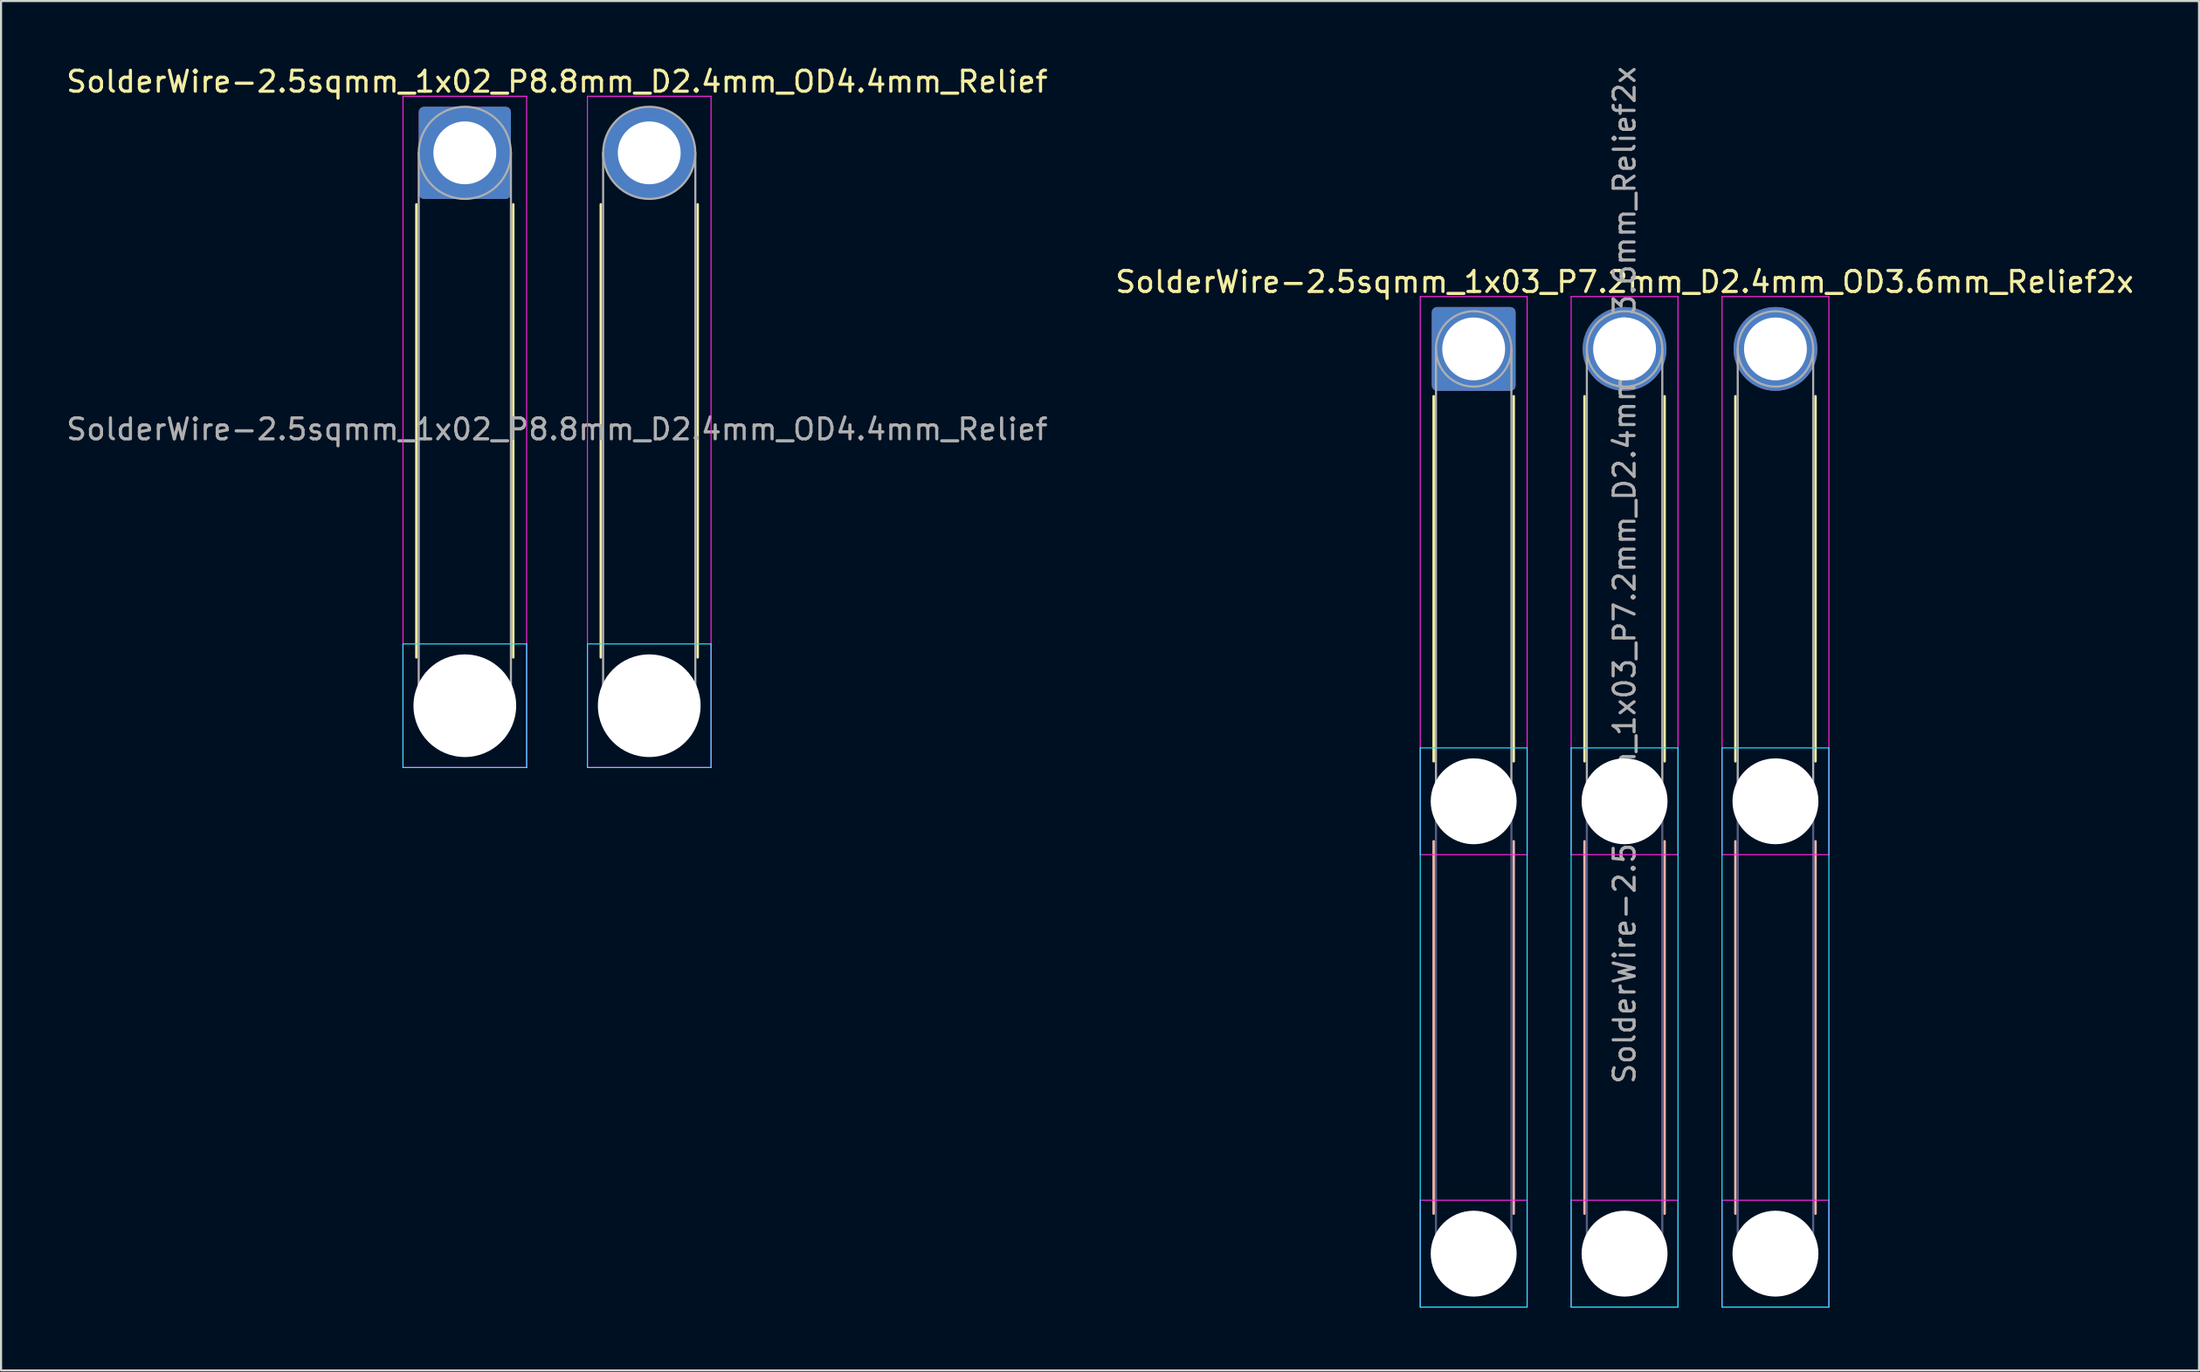
<source format=kicad_pcb>
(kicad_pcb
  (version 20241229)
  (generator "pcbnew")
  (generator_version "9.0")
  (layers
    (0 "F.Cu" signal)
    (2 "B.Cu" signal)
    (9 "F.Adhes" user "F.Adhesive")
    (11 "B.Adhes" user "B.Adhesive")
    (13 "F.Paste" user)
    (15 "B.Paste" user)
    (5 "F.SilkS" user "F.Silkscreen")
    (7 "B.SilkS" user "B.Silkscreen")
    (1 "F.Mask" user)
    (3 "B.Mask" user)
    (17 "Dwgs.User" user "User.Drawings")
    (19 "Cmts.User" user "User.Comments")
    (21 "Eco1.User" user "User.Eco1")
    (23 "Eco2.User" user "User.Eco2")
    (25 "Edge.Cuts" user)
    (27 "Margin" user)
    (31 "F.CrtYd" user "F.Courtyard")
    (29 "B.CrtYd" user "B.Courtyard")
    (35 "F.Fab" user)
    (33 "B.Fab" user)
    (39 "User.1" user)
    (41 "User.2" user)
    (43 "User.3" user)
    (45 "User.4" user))
  (footprint "SolderWire-2.5sqmm_1x02_P8.8mm_D2.4mm_OD4.4mm_Relief"
    (layer "F.Cu")
    (at 19.13 4.248)
    (property "Reference" "SolderWire-2.5sqmm_1x02_P8.8mm_D2.4mm_OD4.4mm_Relief" (at 4.4 -3.4 0) (layer "F.SilkS") (effects (font (size 1 1) (thickness 0.15))))
    (attr exclude_from_pos_files exclude_from_bom)
    (fp_line (start -2.31 2.46) (end -2.31 24.09) (stroke (width 0.12) (type solid)) (layer "F.SilkS"))
    (fp_line (start 2.31 2.46) (end 2.31 24.09) (stroke (width 0.12) (type solid)) (layer "F.SilkS"))
    (fp_line (start 6.49 2.46) (end 6.49 24.09) (stroke (width 0.12) (type solid)) (layer "F.SilkS"))
    (fp_line (start 11.11 2.46) (end 11.11 24.09) (stroke (width 0.12) (type solid)) (layer "F.SilkS"))
    (fp_line (start -2.95 23.45) (end -2.95 29.35) (stroke (width 0.05) (type solid)) (layer "B.CrtYd"))
    (fp_line (start -2.95 29.35) (end 2.95 29.35) (stroke (width 0.05) (type solid)) (layer "B.CrtYd"))
    (fp_line (start 2.95 23.45) (end -2.95 23.45) (stroke (width 0.05) (type solid)) (layer "B.CrtYd"))
    (fp_line (start 2.95 29.35) (end 2.95 23.45) (stroke (width 0.05) (type solid)) (layer "B.CrtYd"))
    (fp_line (start 5.85 23.45) (end 5.85 29.35) (stroke (width 0.05) (type solid)) (layer "B.CrtYd"))
    (fp_line (start 5.85 29.35) (end 11.75 29.35) (stroke (width 0.05) (type solid)) (layer "B.CrtYd"))
    (fp_line (start 11.75 23.45) (end 5.85 23.45) (stroke (width 0.05) (type solid)) (layer "B.CrtYd"))
    (fp_line (start 11.75 29.35) (end 11.75 23.45) (stroke (width 0.05) (type solid)) (layer "B.CrtYd"))
    (fp_line (start -2.95 -2.7) (end -2.95 29.35) (stroke (width 0.05) (type solid)) (layer "F.CrtYd"))
    (fp_line (start -2.95 29.35) (end 2.95 29.35) (stroke (width 0.05) (type solid)) (layer "F.CrtYd"))
    (fp_line (start 2.95 -2.7) (end -2.95 -2.7) (stroke (width 0.05) (type solid)) (layer "F.CrtYd"))
    (fp_line (start 2.95 29.35) (end 2.95 -2.7) (stroke (width 0.05) (type solid)) (layer "F.CrtYd"))
    (fp_line (start 5.85 -2.7) (end 5.85 29.35) (stroke (width 0.05) (type solid)) (layer "F.CrtYd"))
    (fp_line (start 5.85 29.35) (end 11.75 29.35) (stroke (width 0.05) (type solid)) (layer "F.CrtYd"))
    (fp_line (start 11.75 -2.7) (end 5.85 -2.7) (stroke (width 0.05) (type solid)) (layer "F.CrtYd"))
    (fp_line (start 11.75 29.35) (end 11.75 -2.7) (stroke (width 0.05) (type solid)) (layer "F.CrtYd"))
    (fp_line (start -2.2 0) (end -2.2 26.4) (stroke (width 0.1) (type solid)) (layer "F.Fab"))
    (fp_line (start 2.2 0) (end 2.2 26.4) (stroke (width 0.1) (type solid)) (layer "F.Fab"))
    (fp_line (start 6.6 0) (end 6.6 26.4) (stroke (width 0.1) (type solid)) (layer "F.Fab"))
    (fp_line (start 11 0) (end 11 26.4) (stroke (width 0.1) (type solid)) (layer "F.Fab"))
    (fp_circle (center 0 0) (end 2.2 0) (stroke (width 0.1) (type solid)) (fill no) (layer "F.Fab"))
    (fp_circle (center 0 26.4) (end 2.2 26.4) (stroke (width 0.1) (type solid)) (fill no) (layer "F.Fab"))
    (fp_circle (center 8.8 0) (end 11 0) (stroke (width 0.1) (type solid)) (fill no) (layer "F.Fab"))
    (fp_circle (center 8.8 26.4) (end 11 26.4) (stroke (width 0.1) (type solid)) (fill no) (layer "F.Fab"))
    (fp_text user "${REFERENCE}" (at 4.4 13.2 0) (layer "F.Fab") (effects (font (size 1 1) (thickness 0.15))))
    (pad "" np_thru_hole circle (at 0 26.4) (size 4.9 4.9) (drill 4.9) (layers "*.Cu" "*.Mask"))
    (pad "" np_thru_hole circle (at 8.8 26.4) (size 4.9 4.9) (drill 4.9) (layers "*.Cu" "*.Mask"))
    (pad "1" thru_hole roundrect (at 0 0) (size 4.4 4.4) (drill 3) (layers "*.Cu" "*.Mask") (roundrect_rratio 0.057))
    (pad "2" thru_hole circle (at 8.8 0) (size 4.4 4.4) (drill 3) (layers "*.Cu" "*.Mask")))
  (footprint "SolderWire-2.5sqmm_1x03_P7.2mm_D2.4mm_OD3.6mm_Relief2x"
    (layer "F.Cu")
    (at 67.27 13.611)
    (property "Reference" "SolderWire-2.5sqmm_1x03_P7.2mm_D2.4mm_OD3.6mm_Relief2x" (at 7.2 -3.2 0) (layer "F.SilkS") (effects (font (size 1 1) (thickness 0.15))))
    (attr exclude_from_pos_files exclude_from_bom)
    (fp_line (start -1.91 2.26) (end -1.91 19.69) (stroke (width 0.12) (type solid)) (layer "F.SilkS"))
    (fp_line (start 1.91 2.26) (end 1.91 19.69) (stroke (width 0.12) (type solid)) (layer "F.SilkS"))
    (fp_line (start 5.29 2.26) (end 5.29 19.69) (stroke (width 0.12) (type solid)) (layer "F.SilkS"))
    (fp_line (start 9.11 2.26) (end 9.11 19.69) (stroke (width 0.12) (type solid)) (layer "F.SilkS"))
    (fp_line (start 12.49 2.26) (end 12.49 19.69) (stroke (width 0.12) (type solid)) (layer "F.SilkS"))
    (fp_line (start 16.31 2.26) (end 16.31 19.69) (stroke (width 0.12) (type solid)) (layer "F.SilkS"))
    (fp_line (start -1.91 23.51) (end -1.91 41.29) (stroke (width 0.12) (type solid)) (layer "B.SilkS"))
    (fp_line (start 1.91 23.51) (end 1.91 41.29) (stroke (width 0.12) (type solid)) (layer "B.SilkS"))
    (fp_line (start 5.29 23.51) (end 5.29 41.29) (stroke (width 0.12) (type solid)) (layer "B.SilkS"))
    (fp_line (start 9.11 23.51) (end 9.11 41.29) (stroke (width 0.12) (type solid)) (layer "B.SilkS"))
    (fp_line (start 12.49 23.51) (end 12.49 41.29) (stroke (width 0.12) (type solid)) (layer "B.SilkS"))
    (fp_line (start 16.31 23.51) (end 16.31 41.29) (stroke (width 0.12) (type solid)) (layer "B.SilkS"))
    (fp_line (start -2.55 19.05) (end -2.55 45.75) (stroke (width 0.05) (type solid)) (layer "B.CrtYd"))
    (fp_line (start -2.55 45.75) (end 2.55 45.75) (stroke (width 0.05) (type solid)) (layer "B.CrtYd"))
    (fp_line (start 2.55 19.05) (end -2.55 19.05) (stroke (width 0.05) (type solid)) (layer "B.CrtYd"))
    (fp_line (start 2.55 45.75) (end 2.55 19.05) (stroke (width 0.05) (type solid)) (layer "B.CrtYd"))
    (fp_line (start 4.65 19.05) (end 4.65 45.75) (stroke (width 0.05) (type solid)) (layer "B.CrtYd"))
    (fp_line (start 4.65 45.75) (end 9.75 45.75) (stroke (width 0.05) (type solid)) (layer "B.CrtYd"))
    (fp_line (start 9.75 19.05) (end 4.65 19.05) (stroke (width 0.05) (type solid)) (layer "B.CrtYd"))
    (fp_line (start 9.75 45.75) (end 9.75 19.05) (stroke (width 0.05) (type solid)) (layer "B.CrtYd"))
    (fp_line (start 11.85 19.05) (end 11.85 45.75) (stroke (width 0.05) (type solid)) (layer "B.CrtYd"))
    (fp_line (start 11.85 45.75) (end 16.95 45.75) (stroke (width 0.05) (type solid)) (layer "B.CrtYd"))
    (fp_line (start 16.95 19.05) (end 11.85 19.05) (stroke (width 0.05) (type solid)) (layer "B.CrtYd"))
    (fp_line (start 16.95 45.75) (end 16.95 19.05) (stroke (width 0.05) (type solid)) (layer "B.CrtYd"))
    (fp_line (start -2.55 -2.5) (end -2.55 24.15) (stroke (width 0.05) (type solid)) (layer "F.CrtYd"))
    (fp_line (start -2.55 24.15) (end 2.55 24.15) (stroke (width 0.05) (type solid)) (layer "F.CrtYd"))
    (fp_line (start -2.55 40.65) (end -2.55 45.75) (stroke (width 0.05) (type solid)) (layer "F.CrtYd"))
    (fp_line (start -2.55 45.75) (end 2.55 45.75) (stroke (width 0.05) (type solid)) (layer "F.CrtYd"))
    (fp_line (start 2.55 -2.5) (end -2.55 -2.5) (stroke (width 0.05) (type solid)) (layer "F.CrtYd"))
    (fp_line (start 2.55 24.15) (end 2.55 -2.5) (stroke (width 0.05) (type solid)) (layer "F.CrtYd"))
    (fp_line (start 2.55 40.65) (end -2.55 40.65) (stroke (width 0.05) (type solid)) (layer "F.CrtYd"))
    (fp_line (start 2.55 45.75) (end 2.55 40.65) (stroke (width 0.05) (type solid)) (layer "F.CrtYd"))
    (fp_line (start 4.65 -2.5) (end 4.65 24.15) (stroke (width 0.05) (type solid)) (layer "F.CrtYd"))
    (fp_line (start 4.65 24.15) (end 9.75 24.15) (stroke (width 0.05) (type solid)) (layer "F.CrtYd"))
    (fp_line (start 4.65 40.65) (end 4.65 45.75) (stroke (width 0.05) (type solid)) (layer "F.CrtYd"))
    (fp_line (start 4.65 45.75) (end 9.75 45.75) (stroke (width 0.05) (type solid)) (layer "F.CrtYd"))
    (fp_line (start 9.75 -2.5) (end 4.65 -2.5) (stroke (width 0.05) (type solid)) (layer "F.CrtYd"))
    (fp_line (start 9.75 24.15) (end 9.75 -2.5) (stroke (width 0.05) (type solid)) (layer "F.CrtYd"))
    (fp_line (start 9.75 40.65) (end 4.65 40.65) (stroke (width 0.05) (type solid)) (layer "F.CrtYd"))
    (fp_line (start 9.75 45.75) (end 9.75 40.65) (stroke (width 0.05) (type solid)) (layer "F.CrtYd"))
    (fp_line (start 11.85 -2.5) (end 11.85 24.15) (stroke (width 0.05) (type solid)) (layer "F.CrtYd"))
    (fp_line (start 11.85 24.15) (end 16.95 24.15) (stroke (width 0.05) (type solid)) (layer "F.CrtYd"))
    (fp_line (start 11.85 40.65) (end 11.85 45.75) (stroke (width 0.05) (type solid)) (layer "F.CrtYd"))
    (fp_line (start 11.85 45.75) (end 16.95 45.75) (stroke (width 0.05) (type solid)) (layer "F.CrtYd"))
    (fp_line (start 16.95 -2.5) (end 11.85 -2.5) (stroke (width 0.05) (type solid)) (layer "F.CrtYd"))
    (fp_line (start 16.95 24.15) (end 16.95 -2.5) (stroke (width 0.05) (type solid)) (layer "F.CrtYd"))
    (fp_line (start 16.95 40.65) (end 11.85 40.65) (stroke (width 0.05) (type solid)) (layer "F.CrtYd"))
    (fp_line (start 16.95 45.75) (end 16.95 40.65) (stroke (width 0.05) (type solid)) (layer "F.CrtYd"))
    (fp_line (start -1.8 21.6) (end -1.8 43.2) (stroke (width 0.1) (type solid)) (layer "B.Fab"))
    (fp_line (start 1.8 21.6) (end 1.8 43.2) (stroke (width 0.1) (type solid)) (layer "B.Fab"))
    (fp_line (start 5.4 21.6) (end 5.4 43.2) (stroke (width 0.1) (type solid)) (layer "B.Fab"))
    (fp_line (start 9 21.6) (end 9 43.2) (stroke (width 0.1) (type solid)) (layer "B.Fab"))
    (fp_line (start 12.6 21.6) (end 12.6 43.2) (stroke (width 0.1) (type solid)) (layer "B.Fab"))
    (fp_line (start 16.2 21.6) (end 16.2 43.2) (stroke (width 0.1) (type solid)) (layer "B.Fab"))
    (fp_circle (center 0 21.6) (end 1.8 21.6) (stroke (width 0.1) (type solid)) (fill no) (layer "B.Fab"))
    (fp_circle (center 0 43.2) (end 1.8 43.2) (stroke (width 0.1) (type solid)) (fill no) (layer "B.Fab"))
    (fp_circle (center 7.2 21.6) (end 9 21.6) (stroke (width 0.1) (type solid)) (fill no) (layer "B.Fab"))
    (fp_circle (center 7.2 43.2) (end 9 43.2) (stroke (width 0.1) (type solid)) (fill no) (layer "B.Fab"))
    (fp_circle (center 14.4 21.6) (end 16.2 21.6) (stroke (width 0.1) (type solid)) (fill no) (layer "B.Fab"))
    (fp_circle (center 14.4 43.2) (end 16.2 43.2) (stroke (width 0.1) (type solid)) (fill no) (layer "B.Fab"))
    (fp_line (start -1.8 0) (end -1.8 21.6) (stroke (width 0.1) (type solid)) (layer "F.Fab"))
    (fp_line (start 1.8 0) (end 1.8 21.6) (stroke (width 0.1) (type solid)) (layer "F.Fab"))
    (fp_line (start 5.4 0) (end 5.4 21.6) (stroke (width 0.1) (type solid)) (layer "F.Fab"))
    (fp_line (start 9 0) (end 9 21.6) (stroke (width 0.1) (type solid)) (layer "F.Fab"))
    (fp_line (start 12.6 0) (end 12.6 21.6) (stroke (width 0.1) (type solid)) (layer "F.Fab"))
    (fp_line (start 16.2 0) (end 16.2 21.6) (stroke (width 0.1) (type solid)) (layer "F.Fab"))
    (fp_circle (center 0 0) (end 1.8 0) (stroke (width 0.1) (type solid)) (fill no) (layer "F.Fab"))
    (fp_circle (center 0 21.6) (end 1.8 21.6) (stroke (width 0.1) (type solid)) (fill no) (layer "F.Fab"))
    (fp_circle (center 0 43.2) (end 1.8 43.2) (stroke (width 0.1) (type solid)) (fill no) (layer "F.Fab"))
    (fp_circle (center 7.2 0) (end 9 0) (stroke (width 0.1) (type solid)) (fill no) (layer "F.Fab"))
    (fp_circle (center 7.2 21.6) (end 9 21.6) (stroke (width 0.1) (type solid)) (fill no) (layer "F.Fab"))
    (fp_circle (center 7.2 43.2) (end 9 43.2) (stroke (width 0.1) (type solid)) (fill no) (layer "F.Fab"))
    (fp_circle (center 14.4 0) (end 16.2 0) (stroke (width 0.1) (type solid)) (fill no) (layer "F.Fab"))
    (fp_circle (center 14.4 21.6) (end 16.2 21.6) (stroke (width 0.1) (type solid)) (fill no) (layer "F.Fab"))
    (fp_circle (center 14.4 43.2) (end 16.2 43.2) (stroke (width 0.1) (type solid)) (fill no) (layer "F.Fab"))
    (fp_text user "${REFERENCE}" (at 7.2 10.8 90) (layer "F.Fab") (effects (font (size 1 1) (thickness 0.15))))
    (pad "" np_thru_hole circle (at 0 21.6) (size 4.1 4.1) (drill 4.1) (layers "*.Cu" "*.Mask"))
    (pad "" np_thru_hole circle (at 0 43.2) (size 4.1 4.1) (drill 4.1) (layers "*.Cu" "*.Mask"))
    (pad "" np_thru_hole circle (at 7.2 21.6) (size 4.1 4.1) (drill 4.1) (layers "*.Cu" "*.Mask"))
    (pad "" np_thru_hole circle (at 7.2 43.2) (size 4.1 4.1) (drill 4.1) (layers "*.Cu" "*.Mask"))
    (pad "" np_thru_hole circle (at 14.4 21.6) (size 4.1 4.1) (drill 4.1) (layers "*.Cu" "*.Mask"))
    (pad "" np_thru_hole circle (at 14.4 43.2) (size 4.1 4.1) (drill 4.1) (layers "*.Cu" "*.Mask"))
    (pad "1" thru_hole roundrect (at 0 0) (size 4 4) (drill 3) (layers "*.Cu" "*.Mask") (roundrect_rratio 0.062))
    (pad "2" thru_hole circle (at 7.2 0) (size 4 4) (drill 3) (layers "*.Cu" "*.Mask"))
    (pad "3" thru_hole circle (at 14.4 0) (size 4 4) (drill 3) (layers "*.Cu" "*.Mask")))
  (gr_rect
    (start -3 -3)
    (end 101.881 62.386)
    (stroke (width 0.1) (type default))
    (fill no)
    (layer "Edge.Cuts")))
</source>
